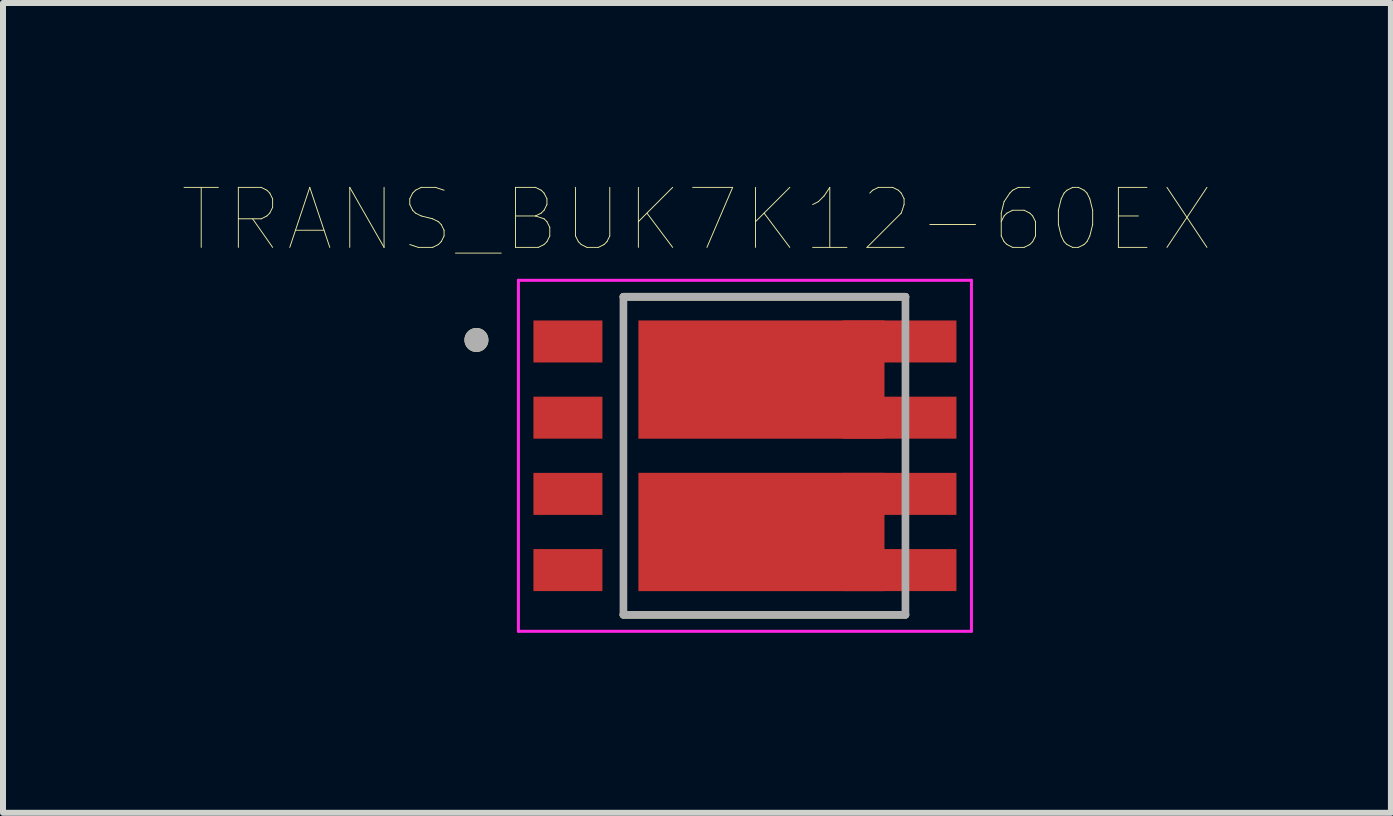
<source format=kicad_pcb>
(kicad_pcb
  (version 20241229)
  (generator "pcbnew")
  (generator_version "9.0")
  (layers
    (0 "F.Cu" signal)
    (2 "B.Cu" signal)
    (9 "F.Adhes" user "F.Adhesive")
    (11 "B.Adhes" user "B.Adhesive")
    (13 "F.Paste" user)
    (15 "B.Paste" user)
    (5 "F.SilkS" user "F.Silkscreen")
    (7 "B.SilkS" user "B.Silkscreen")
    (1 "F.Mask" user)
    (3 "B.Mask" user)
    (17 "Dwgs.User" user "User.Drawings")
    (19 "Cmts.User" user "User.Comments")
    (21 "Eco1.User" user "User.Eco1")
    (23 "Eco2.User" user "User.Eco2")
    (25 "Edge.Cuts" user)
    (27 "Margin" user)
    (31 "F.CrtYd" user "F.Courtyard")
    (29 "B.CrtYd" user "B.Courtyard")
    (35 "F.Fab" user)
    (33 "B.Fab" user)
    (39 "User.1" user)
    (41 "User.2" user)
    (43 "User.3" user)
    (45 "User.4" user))
  (footprint "TRANS_BUK7K12-60EX"
    (layer "F.Cu")
    (at 9.69 4.546)
    (property "Reference" "TRANS_BUK7K12-60EX" (at -1.125 -3.935 0) (layer "F.SilkS") (effects (font (size 1 1) (thickness 0.015))))
    (attr through_hole)
    (fp_poly (pts (xy 2 -0.285) (xy 2 -2.255) (xy -2.1 -2.255) (xy -2.1 -0.285)) (stroke (width 0.001) (type solid)) (fill yes) (layer "F.Cu"))
    (fp_poly (pts (xy 2 2.255) (xy 2 0.285) (xy -2.1 0.285) (xy -2.1 2.255)) (stroke (width 0.001) (type solid)) (fill yes) (layer "F.Cu"))
    (fp_poly (pts (xy 3.3 -0.185) (xy 3.3 -1.085) (xy 2.1 -1.085) (xy 2.1 -1.455) (xy 3.3 -1.455) (xy 3.3 -2.355) (xy -2.2 -2.355) (xy -2.2 -0.185)) (stroke (width 0.001) (type solid)) (fill yes) (layer "F.Mask"))
    (fp_poly (pts (xy 3.3 2.355) (xy 3.3 1.455) (xy 2.1 1.455) (xy 2.1 1.085) (xy 3.3 1.085) (xy 3.3 0.185) (xy -2.2 0.185) (xy -2.2 2.355)) (stroke (width 0.001) (type solid)) (fill yes) (layer "F.Mask"))
    (fp_line (start -2.35 2.65) (end 2.35 2.65) (stroke (width 0.127) (type solid)) (layer "F.SilkS"))
    (fp_line (start 2.35 -2.65) (end -2.35 -2.65) (stroke (width 0.127) (type solid)) (layer "F.SilkS"))
    (fp_circle (center -4.8 -1.93) (end -4.7 -1.93) (stroke (width 0.2) (type solid)) (fill no) (layer "F.SilkS"))
    (fp_poly (pts (xy -1.925 -1.77) (xy -0.825 -1.77) (xy -0.825 -0.77) (xy -1.925 -0.77)) (stroke (width 0.01) (type solid)) (fill yes) (layer "F.Paste"))
    (fp_poly (pts (xy -1.925 0.77) (xy -0.825 0.77) (xy -0.825 1.77) (xy -1.925 1.77)) (stroke (width 0.01) (type solid)) (fill yes) (layer "F.Paste"))
    (fp_poly (pts (xy -0.125 -1.77) (xy 0.975 -1.77) (xy 0.975 -0.77) (xy -0.125 -0.77)) (stroke (width 0.01) (type solid)) (fill yes) (layer "F.Paste"))
    (fp_poly (pts (xy -0.125 0.77) (xy 0.975 0.77) (xy 0.975 1.77) (xy -0.125 1.77)) (stroke (width 0.01) (type solid)) (fill yes) (layer "F.Paste"))
    (fp_line (start -4.1 -2.925) (end -4.1 2.925) (stroke (width 0.05) (type solid)) (layer "F.CrtYd"))
    (fp_line (start -4.1 2.925) (end 3.45 2.925) (stroke (width 0.05) (type solid)) (layer "F.CrtYd"))
    (fp_line (start 3.45 -2.925) (end -4.1 -2.925) (stroke (width 0.05) (type solid)) (layer "F.CrtYd"))
    (fp_line (start 3.45 2.925) (end 3.45 -2.925) (stroke (width 0.05) (type solid)) (layer "F.CrtYd"))
    (fp_line (start -2.35 -2.65) (end -2.35 2.65) (stroke (width 0.127) (type solid)) (layer "F.Fab"))
    (fp_line (start -2.35 2.65) (end 2.35 2.65) (stroke (width 0.127) (type solid)) (layer "F.Fab"))
    (fp_line (start 2.35 -2.65) (end -2.35 -2.65) (stroke (width 0.127) (type solid)) (layer "F.Fab"))
    (fp_line (start 2.35 2.65) (end 2.35 -2.65) (stroke (width 0.127) (type solid)) (layer "F.Fab"))
    (fp_circle (center -4.8 -1.93) (end -4.7 -1.93) (stroke (width 0.2) (type solid)) (fill no) (layer "F.Fab"))
    (pad "1" smd rect (at -3.275 -1.905) (size 1.15 0.7) (layers "F.Cu" "F.Mask" "F.Paste"))
    (pad "2" smd rect (at -3.275 -0.635) (size 1.15 0.7) (layers "F.Cu" "F.Mask" "F.Paste"))
    (pad "3" smd rect (at -3.275 0.635) (size 1.15 0.7) (layers "F.Cu" "F.Mask" "F.Paste"))
    (pad "4" smd rect (at -3.275 1.905) (size 1.15 0.7) (layers "F.Cu" "F.Mask" "F.Paste"))
    (pad "5" smd rect (at 2.25 1.905) (size 1.9 0.7) (layers "F.Cu" "F.Paste"))
    (pad "6" smd rect (at 2.25 0.635) (size 1.9 0.7) (layers "F.Cu" "F.Paste"))
    (pad "7" smd rect (at 2.25 -0.635) (size 1.9 0.7) (layers "F.Cu" "F.Paste"))
    (pad "8" smd rect (at 2.25 -1.905) (size 1.9 0.7) (layers "F.Cu" "F.Paste")))
  (gr_rect
    (start -3 -3)
    (end 20.131 10.496)
    (stroke (width 0.1) (type default))
    (fill no)
    (layer "Edge.Cuts")))
</source>
